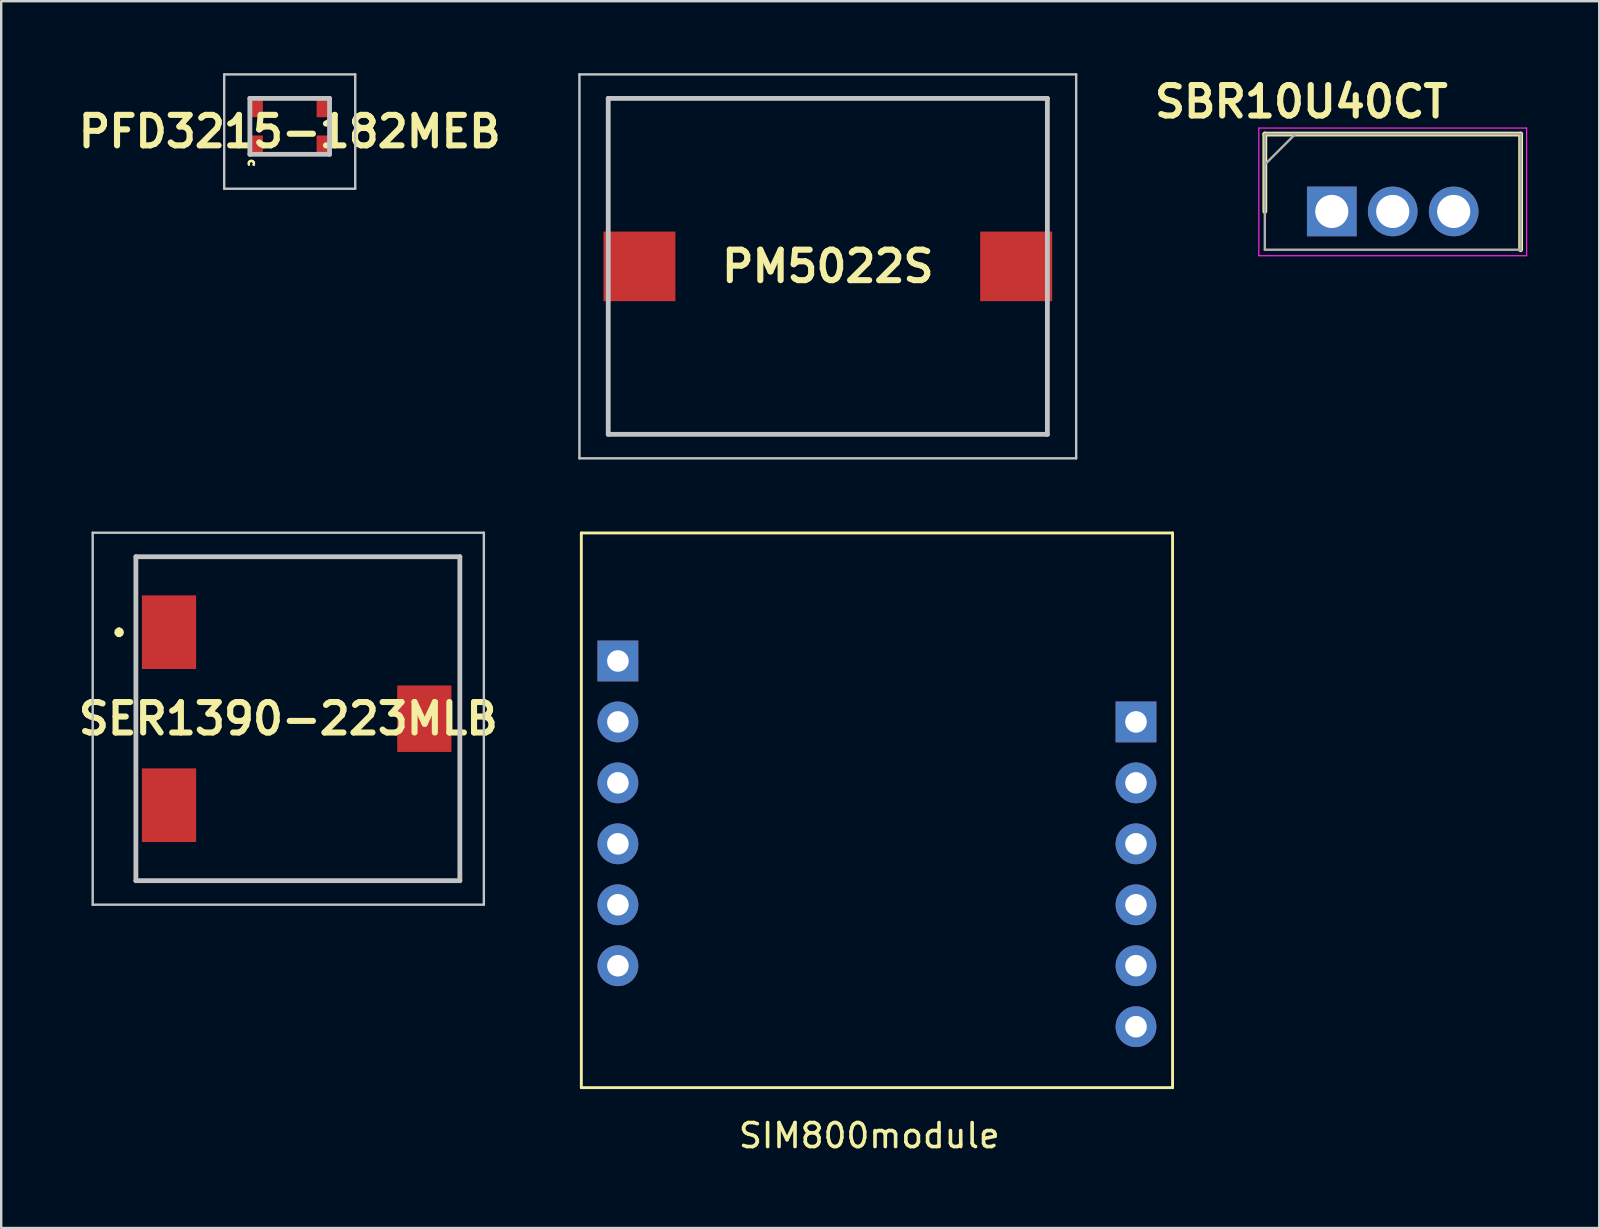
<source format=kicad_pcb>
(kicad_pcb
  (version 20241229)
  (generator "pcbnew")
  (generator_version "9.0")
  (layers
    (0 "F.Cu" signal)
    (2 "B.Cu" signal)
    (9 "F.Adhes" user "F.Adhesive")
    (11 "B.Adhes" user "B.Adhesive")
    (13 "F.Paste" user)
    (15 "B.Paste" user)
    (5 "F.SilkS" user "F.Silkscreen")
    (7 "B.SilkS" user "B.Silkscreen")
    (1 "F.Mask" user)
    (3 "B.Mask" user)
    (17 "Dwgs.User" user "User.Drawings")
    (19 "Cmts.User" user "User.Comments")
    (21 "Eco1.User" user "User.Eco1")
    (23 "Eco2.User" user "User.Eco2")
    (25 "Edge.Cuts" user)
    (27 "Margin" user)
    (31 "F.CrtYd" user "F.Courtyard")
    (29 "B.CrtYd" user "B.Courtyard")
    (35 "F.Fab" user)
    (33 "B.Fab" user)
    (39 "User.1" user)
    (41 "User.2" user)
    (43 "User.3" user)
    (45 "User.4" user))
  (footprint "SER1390-223MLB"
    (layer "F.Cu")
    (at 9.313 26.9)
    (property "Reference" "SER1390-223MLB" (at -0.35 0 0) (layer "F.SilkS") (effects (font (size 1.27 1.27) (thickness 0.254))))
    (attr smd)
    (fp_line (start -7.4 -3.7) (end -7.4 -3.7) (stroke (width 0.2) (type solid)) (layer "F.SilkS"))
    (fp_line (start -7.4 -3.5) (end -7.4 -3.5) (stroke (width 0.2) (type solid)) (layer "F.SilkS"))
    (fp_line (start -6.7 -6.75) (end 6.8 -6.75) (stroke (width 0.1) (type solid)) (layer "F.SilkS"))
    (fp_line (start -6.7 6.75) (end -6.7 -6.75) (stroke (width 0.1) (type solid)) (layer "F.SilkS"))
    (fp_line (start 6.8 -6.75) (end 6.8 6.75) (stroke (width 0.1) (type solid)) (layer "F.SilkS"))
    (fp_line (start 6.8 6.75) (end -6.7 6.75) (stroke (width 0.1) (type solid)) (layer "F.SilkS"))
    (fp_arc (start -7.4 -3.7) (mid -7.3 -3.6) (end -7.4 -3.5) (stroke (width 0.2) (type solid)) (layer "F.SilkS"))
    (fp_arc (start -7.4 -3.5) (mid -7.5 -3.6) (end -7.4 -3.7) (stroke (width 0.2) (type solid)) (layer "F.SilkS"))
    (fp_line (start -8.5 -7.75) (end 7.8 -7.75) (stroke (width 0.1) (type solid)) (layer "Dwgs.User"))
    (fp_line (start -8.5 7.75) (end -8.5 -7.75) (stroke (width 0.1) (type solid)) (layer "Dwgs.User"))
    (fp_line (start -6.7 -6.75) (end 6.8 -6.75) (stroke (width 0.2) (type solid)) (layer "Dwgs.User"))
    (fp_line (start -6.7 6.75) (end -6.7 -6.75) (stroke (width 0.2) (type solid)) (layer "Dwgs.User"))
    (fp_line (start 6.8 -6.75) (end 6.8 6.75) (stroke (width 0.2) (type solid)) (layer "Dwgs.User"))
    (fp_line (start 6.8 6.75) (end -6.7 6.75) (stroke (width 0.2) (type solid)) (layer "Dwgs.User"))
    (fp_line (start 7.8 -7.75) (end 7.8 7.75) (stroke (width 0.1) (type solid)) (layer "Dwgs.User"))
    (fp_line (start 7.8 7.75) (end -8.5 7.75) (stroke (width 0.1) (type solid)) (layer "Dwgs.User"))
    (pad "1" smd rect (at -5.32 -3.605) (size 2.26 3.07) (layers "F.Cu" "F.Mask" "F.Paste"))
    (pad "2" smd rect (at -5.32 3.605) (size 2.26 3.07) (layers "F.Cu" "F.Mask" "F.Paste"))
    (pad "3" smd rect (at 5.32 0) (size 2.26 2.77) (layers "F.Cu" "F.Mask" "F.Paste")))
  (footprint "PFD3215-182MEB"
    (layer "F.Cu")
    (at 9.023 2.215)
    (property "Reference" "PFD3215-182MEB" (at 0 0.218 0) (layer "F.SilkS") (effects (font (size 1.27 1.27) (thickness 0.254))))
    (attr smd)
    (fp_line (start -1.5 1.5) (end -1.5 1.5) (stroke (width 0.1) (type solid)) (layer "F.SilkS"))
    (fp_line (start -1.5 1.6) (end -1.5 1.6) (stroke (width 0.1) (type solid)) (layer "F.SilkS"))
    (fp_line (start -0.9 -1.165) (end 0.6 -1.165) (stroke (width 0.1) (type solid)) (layer "F.SilkS"))
    (fp_line (start -0.6 1.165) (end 0.6 1.165) (stroke (width 0.1) (type solid)) (layer "F.SilkS"))
    (fp_arc (start -1.7 1.5) (mid -1.55 1.45) (end -1.5 1.6) (stroke (width 0.1) (type solid)) (layer "F.SilkS"))
    (fp_arc (start -1.7 1.6) (mid -1.65 1.45) (end -1.5 1.5) (stroke (width 0.1) (type solid)) (layer "F.SilkS"))
    (fp_line (start -2.73 -2.165) (end -2.73 2.6) (stroke (width 0.1) (type solid)) (layer "Dwgs.User"))
    (fp_line (start -2.73 2.6) (end 2.73 2.6) (stroke (width 0.1) (type solid)) (layer "Dwgs.User"))
    (fp_line (start -1.66 -1.165) (end -1.66 1.165) (stroke (width 0.2) (type solid)) (layer "Dwgs.User"))
    (fp_line (start -1.66 1.165) (end 1.66 1.165) (stroke (width 0.2) (type solid)) (layer "Dwgs.User"))
    (fp_line (start 1.66 -1.165) (end -1.66 -1.165) (stroke (width 0.2) (type solid)) (layer "Dwgs.User"))
    (fp_line (start 1.66 1.165) (end 1.66 -1.165) (stroke (width 0.2) (type solid)) (layer "Dwgs.User"))
    (fp_line (start 2.73 -2.165) (end -2.73 -2.165) (stroke (width 0.1) (type solid)) (layer "Dwgs.User"))
    (fp_line (start 2.73 2.6) (end 2.73 -2.165) (stroke (width 0.1) (type solid)) (layer "Dwgs.User"))
    (pad "1" smd rect (at -1.425 0.737) (size 0.61 0.711) (layers "F.Cu" "F.Mask" "F.Paste"))
    (pad "2" smd rect (at 1.425 0.737) (size 0.61 0.711) (layers "F.Cu" "F.Mask" "F.Paste"))
    (pad "3" smd rect (at 1.425 -0.736) (size 0.61 0.711) (layers "F.Cu" "F.Mask" "F.Paste"))
    (pad "4" smd rect (at -1.425 -0.736) (size 0.61 0.711) (layers "F.Cu" "F.Mask" "F.Paste")))
  (footprint "PM5022S"
    (layer "F.Cu")
    (at 31.446 8.05)
    (property "Reference" "PM5022S" (at 0 0 0) (layer "F.SilkS") (effects (font (size 1.27 1.27) (thickness 0.254))))
    (attr smd)
    (fp_line (start -9.15 -7) (end 9.15 -7) (stroke (width 0.1) (type solid)) (layer "F.SilkS"))
    (fp_line (start -9.15 -2) (end -9.15 -7) (stroke (width 0.1) (type solid)) (layer "F.SilkS"))
    (fp_line (start -9.15 2) (end -9.15 7) (stroke (width 0.1) (type solid)) (layer "F.SilkS"))
    (fp_line (start -9.15 7) (end 9.15 7) (stroke (width 0.1) (type solid)) (layer "F.SilkS"))
    (fp_line (start 9.15 -7) (end 9.15 -2) (stroke (width 0.1) (type solid)) (layer "F.SilkS"))
    (fp_line (start 9.15 7) (end 9.15 2) (stroke (width 0.1) (type solid)) (layer "F.SilkS"))
    (fp_line (start -10.35 -8) (end 10.35 -8) (stroke (width 0.1) (type solid)) (layer "Dwgs.User"))
    (fp_line (start -10.35 8) (end -10.35 -8) (stroke (width 0.1) (type solid)) (layer "Dwgs.User"))
    (fp_line (start -9.15 -7) (end 9.15 -7) (stroke (width 0.2) (type solid)) (layer "Dwgs.User"))
    (fp_line (start -9.15 7) (end -9.15 -7) (stroke (width 0.2) (type solid)) (layer "Dwgs.User"))
    (fp_line (start 9.15 -7) (end 9.15 7) (stroke (width 0.2) (type solid)) (layer "Dwgs.User"))
    (fp_line (start 9.15 7) (end -9.15 7) (stroke (width 0.2) (type solid)) (layer "Dwgs.User"))
    (fp_line (start 10.35 -8) (end 10.35 8) (stroke (width 0.1) (type solid)) (layer "Dwgs.User"))
    (fp_line (start 10.35 8) (end -10.35 8) (stroke (width 0.1) (type solid)) (layer "Dwgs.User"))
    (pad "1" smd rect (at -7.85 0 90) (size 2.9 3) (layers "F.Cu" "F.Mask" "F.Paste"))
    (pad "2" smd rect (at 7.85 0 90) (size 2.9 3) (layers "F.Cu" "F.Mask" "F.Paste")))
  (footprint "SIM800module"
    (layer "F.Cu")
    (at 21.175 42.274)
    (property "Reference" "SIM800module" (at 12 2 0) (layer "F.SilkS") (effects (font (size 1 1) (thickness 0.15))))
    (attr through_hole)
    (fp_line (start 0 -23.114) (end 24.638 -23.114) (stroke (width 0.12) (type solid)) (layer "F.SilkS"))
    (fp_line (start 0 0) (end 0 -23.114) (stroke (width 0.12) (type solid)) (layer "F.SilkS"))
    (fp_line (start 0 0) (end 24.638 0) (stroke (width 0.12) (type solid)) (layer "F.SilkS"))
    (fp_line (start 24.638 0) (end 24.638 -23.114) (stroke (width 0.12) (type solid)) (layer "F.SilkS"))
    (pad "1" thru_hole rect (at 1.524 -17.78) (size 1.7 1.7) (drill 0.9) (layers "*.Cu" "*.Mask"))
    (pad "2" thru_hole circle (at 1.524 -15.24) (size 1.7 1.7) (drill 0.9) (layers "*.Cu" "*.Mask"))
    (pad "3" thru_hole circle (at 1.524 -12.7) (size 1.7 1.7) (drill 0.9) (layers "*.Cu" "*.Mask"))
    (pad "4" thru_hole circle (at 1.524 -10.16) (size 1.7 1.7) (drill 0.9) (layers "*.Cu" "*.Mask"))
    (pad "5" thru_hole circle (at 1.524 -7.62) (size 1.7 1.7) (drill 0.9) (layers "*.Cu" "*.Mask"))
    (pad "6" thru_hole circle (at 1.524 -5.08) (size 1.7 1.7) (drill 0.9) (layers "*.Cu" "*.Mask"))
    (pad "7" thru_hole circle (at 23.114 -2.54) (size 1.7 1.7) (drill 0.9) (layers "*.Cu" "*.Mask"))
    (pad "8" thru_hole circle (at 23.114 -5.08) (size 1.7 1.7) (drill 0.9) (layers "*.Cu" "*.Mask"))
    (pad "9" thru_hole circle (at 23.114 -7.62) (size 1.7 1.7) (drill 0.9) (layers "*.Cu" "*.Mask"))
    (pad "10" thru_hole circle (at 23.114 -10.16) (size 1.7 1.7) (drill 0.9) (layers "*.Cu" "*.Mask"))
    (pad "11" thru_hole circle (at 23.114 -12.7) (size 1.7 1.7) (drill 0.9) (layers "*.Cu" "*.Mask"))
    (pad "12" thru_hole rect (at 23.114 -15.24) (size 1.7 1.7) (drill 0.9) (layers "*.Cu" "*.Mask")))
  (footprint "SBR10U40CT"
    (layer "F.Cu")
    (at 52.448 5.761)
    (property "Reference" "SBR10U40CT" (at -1.27 -4.572 0) (layer "F.SilkS") (effects (font (size 1.27 1.27) (thickness 0.254))))
    (attr through_hole)
    (fp_line (start -2.79 -3.225) (end -2.79 0) (stroke (width 0.2) (type solid)) (layer "F.SilkS"))
    (fp_line (start 7.87 -3.225) (end -2.79 -3.225) (stroke (width 0.2) (type solid)) (layer "F.SilkS"))
    (fp_line (start 7.87 1.595) (end 7.87 -3.225) (stroke (width 0.2) (type solid)) (layer "F.SilkS"))
    (fp_line (start -3.04 -3.475) (end 8.12 -3.475) (stroke (width 0.05) (type solid)) (layer "F.CrtYd"))
    (fp_line (start -3.04 1.845) (end -3.04 -3.475) (stroke (width 0.05) (type solid)) (layer "F.CrtYd"))
    (fp_line (start 8.12 -3.475) (end 8.12 1.845) (stroke (width 0.05) (type solid)) (layer "F.CrtYd"))
    (fp_line (start 8.12 1.845) (end -3.04 1.845) (stroke (width 0.05) (type solid)) (layer "F.CrtYd"))
    (fp_line (start -2.79 -3.225) (end 7.87 -3.225) (stroke (width 0.1) (type solid)) (layer "F.Fab"))
    (fp_line (start -2.79 -1.955) (end -1.52 -3.225) (stroke (width 0.1) (type solid)) (layer "F.Fab"))
    (fp_line (start -2.79 1.595) (end -2.79 -3.225) (stroke (width 0.1) (type solid)) (layer "F.Fab"))
    (fp_line (start 7.87 -3.225) (end 7.87 1.595) (stroke (width 0.1) (type solid)) (layer "F.Fab"))
    (fp_line (start 7.87 1.595) (end -2.79 1.595) (stroke (width 0.1) (type solid)) (layer "F.Fab"))
    (pad "1" thru_hole rect (at 0 0) (size 2.07 2.07) (drill 1.38) (layers "*.Cu" "*.Mask"))
    (pad "2" thru_hole circle (at 2.54 0) (size 2.07 2.07) (drill 1.38) (layers "*.Cu" "*.Mask"))
    (pad "3" thru_hole circle (at 5.08 0) (size 2.07 2.07) (drill 1.38) (layers "*.Cu" "*.Mask")))
  (gr_rect
    (start -3 -3)
    (end 63.593 48.122)
    (stroke (width 0.1) (type default))
    (fill no)
    (layer "Edge.Cuts")))
</source>
